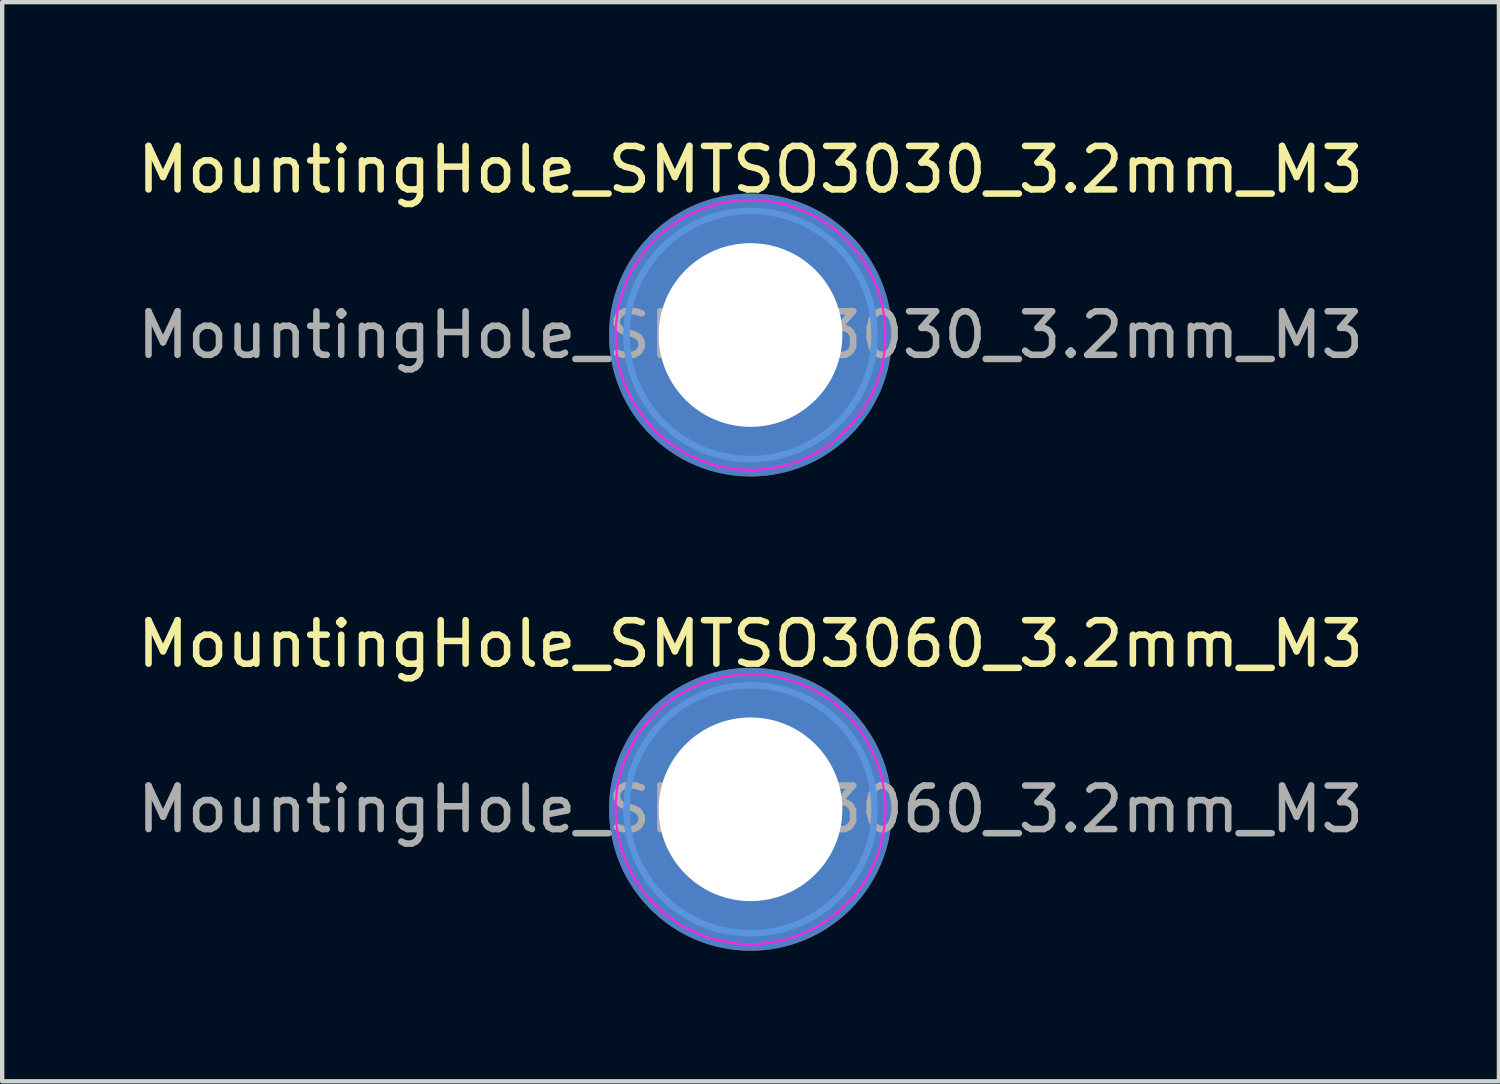
<source format=kicad_pcb>
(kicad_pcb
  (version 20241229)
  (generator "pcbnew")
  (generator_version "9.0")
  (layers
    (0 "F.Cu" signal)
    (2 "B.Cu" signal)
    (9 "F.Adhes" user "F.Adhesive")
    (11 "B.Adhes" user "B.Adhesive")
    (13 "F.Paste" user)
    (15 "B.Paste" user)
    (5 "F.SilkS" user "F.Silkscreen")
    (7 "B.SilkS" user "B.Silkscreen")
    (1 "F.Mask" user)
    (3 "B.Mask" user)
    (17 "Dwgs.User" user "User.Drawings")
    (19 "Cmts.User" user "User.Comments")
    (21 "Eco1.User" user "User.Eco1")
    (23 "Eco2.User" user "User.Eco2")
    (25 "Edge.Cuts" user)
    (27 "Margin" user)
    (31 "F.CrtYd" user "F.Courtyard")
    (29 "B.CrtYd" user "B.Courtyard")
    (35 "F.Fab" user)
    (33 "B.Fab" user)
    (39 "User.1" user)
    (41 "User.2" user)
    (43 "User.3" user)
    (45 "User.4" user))
  (footprint "MountingHole_SMTSO3030_3.2mm_M3"
    (layer "F.Cu")
    (at 14.196 4.648)
    (property "Reference" "MountingHole_SMTSO3030_3.2mm_M3" (at 0 -3.8 0) (layer "F.SilkS") (effects (font (size 1 1) (thickness 0.15))))
    (fp_circle (center -2.7 0) (end -2.15 0) (stroke (width 0) (type solid)) (fill yes) (layer "F.Paste"))
    (fp_circle (center -2.338 -1.35) (end -1.788 -1.35) (stroke (width 0) (type solid)) (fill yes) (layer "F.Paste"))
    (fp_circle (center -2.338 1.35) (end -1.788 1.35) (stroke (width 0) (type solid)) (fill yes) (layer "F.Paste"))
    (fp_circle (center -1.35 -2.338) (end -0.8 -2.338) (stroke (width 0) (type solid)) (fill yes) (layer "F.Paste"))
    (fp_circle (center -1.35 2.338) (end -0.8 2.338) (stroke (width 0) (type solid)) (fill yes) (layer "F.Paste"))
    (fp_circle (center 0 -2.7) (end 0.55 -2.7) (stroke (width 0) (type solid)) (fill yes) (layer "F.Paste"))
    (fp_circle (center 0 2.7) (end 0.55 2.7) (stroke (width 0) (type solid)) (fill yes) (layer "F.Paste"))
    (fp_circle (center 1.35 -2.338) (end 1.9 -2.338) (stroke (width 0) (type solid)) (fill yes) (layer "F.Paste"))
    (fp_circle (center 1.35 2.338) (end 1.9 2.338) (stroke (width 0) (type solid)) (fill yes) (layer "F.Paste"))
    (fp_circle (center 2.338 -1.35) (end 2.888 -1.35) (stroke (width 0) (type solid)) (fill yes) (layer "F.Paste"))
    (fp_circle (center 2.338 1.35) (end 2.888 1.35) (stroke (width 0) (type solid)) (fill yes) (layer "F.Paste"))
    (fp_circle (center 2.7 0) (end 3.25 0) (stroke (width 0) (type solid)) (fill yes) (layer "F.Paste"))
    (fp_circle (center 0 0) (end 2.85 0) (stroke (width 0.15) (type solid)) (fill no) (layer "Cmts.User"))
    (fp_circle (center 0 0) (end 3.1 0) (stroke (width 0.05) (type solid)) (fill no) (layer "F.CrtYd"))
    (fp_text user "${REFERENCE}" (at 0 0 0) (layer "F.Fab") (effects (font (size 1 1) (thickness 0.15))))
    (pad "1" thru_hole circle (at 0 0) (size 6.5 6.5) (drill 4.22) (layers "*.Cu" "*.Mask")))
  (footprint "MountingHole_SMTSO3060_3.2mm_M3"
    (layer "F.Cu")
    (at 14.196 15.546)
    (property "Reference" "MountingHole_SMTSO3060_3.2mm_M3" (at 0 -3.8 0) (layer "F.SilkS") (effects (font (size 1 1) (thickness 0.15))))
    (attr smd)
    (fp_circle (center -2.7 0) (end -2.15 0) (stroke (width 0) (type solid)) (fill yes) (layer "F.Paste"))
    (fp_circle (center -2.338 -1.35) (end -1.788 -1.35) (stroke (width 0) (type solid)) (fill yes) (layer "F.Paste"))
    (fp_circle (center -2.338 1.35) (end -1.788 1.35) (stroke (width 0) (type solid)) (fill yes) (layer "F.Paste"))
    (fp_circle (center -1.35 -2.338) (end -0.8 -2.338) (stroke (width 0) (type solid)) (fill yes) (layer "F.Paste"))
    (fp_circle (center -1.35 2.338) (end -0.8 2.338) (stroke (width 0) (type solid)) (fill yes) (layer "F.Paste"))
    (fp_circle (center 0 -2.7) (end 0.55 -2.7) (stroke (width 0) (type solid)) (fill yes) (layer "F.Paste"))
    (fp_circle (center 0 2.7) (end 0.55 2.7) (stroke (width 0) (type solid)) (fill yes) (layer "F.Paste"))
    (fp_circle (center 1.35 -2.338) (end 1.9 -2.338) (stroke (width 0) (type solid)) (fill yes) (layer "F.Paste"))
    (fp_circle (center 1.35 2.338) (end 1.9 2.338) (stroke (width 0) (type solid)) (fill yes) (layer "F.Paste"))
    (fp_circle (center 2.338 -1.35) (end 2.888 -1.35) (stroke (width 0) (type solid)) (fill yes) (layer "F.Paste"))
    (fp_circle (center 2.338 1.35) (end 2.888 1.35) (stroke (width 0) (type solid)) (fill yes) (layer "F.Paste"))
    (fp_circle (center 2.7 0) (end 3.25 0) (stroke (width 0) (type solid)) (fill yes) (layer "F.Paste"))
    (fp_circle (center 0 0) (end 2.85 0) (stroke (width 0.15) (type solid)) (fill no) (layer "Cmts.User"))
    (fp_circle (center 0 0) (end 3.1 0) (stroke (width 0.05) (type solid)) (fill no) (layer "F.CrtYd"))
    (fp_text user "${REFERENCE}" (at 0 0 0) (layer "F.Fab") (effects (font (size 1 1) (thickness 0.15))))
    (pad "1" thru_hole circle (at 0 0) (size 6.5 6.5) (drill 4.22) (layers "*.Cu" "*.Mask")))
  (gr_rect
    (start -3 -3)
    (end 31.393 21.797)
    (stroke (width 0.1) (type default))
    (fill no)
    (layer "Edge.Cuts")))
</source>
